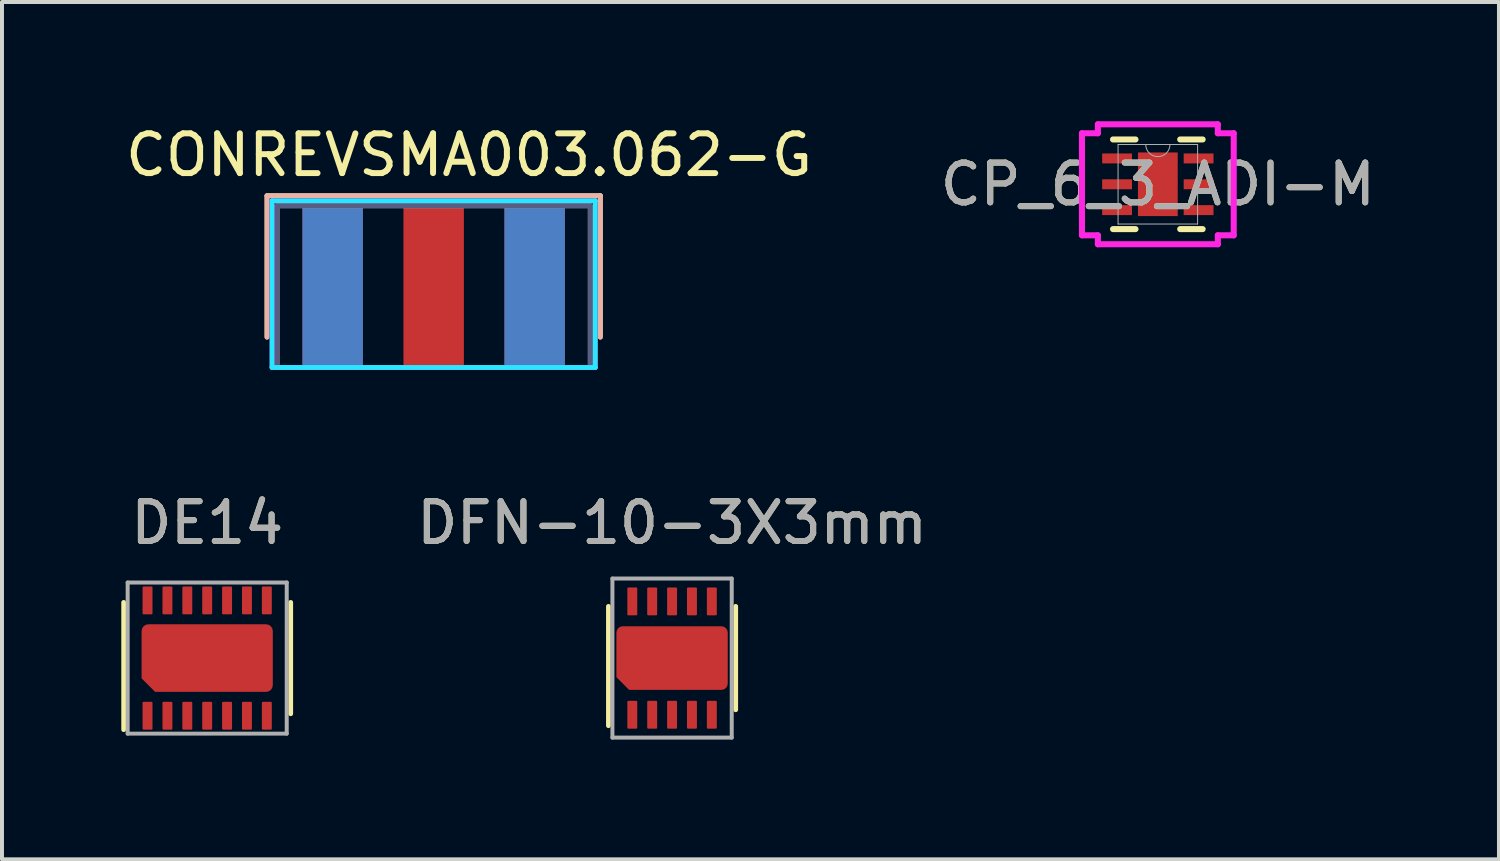
<source format=kicad_pcb>
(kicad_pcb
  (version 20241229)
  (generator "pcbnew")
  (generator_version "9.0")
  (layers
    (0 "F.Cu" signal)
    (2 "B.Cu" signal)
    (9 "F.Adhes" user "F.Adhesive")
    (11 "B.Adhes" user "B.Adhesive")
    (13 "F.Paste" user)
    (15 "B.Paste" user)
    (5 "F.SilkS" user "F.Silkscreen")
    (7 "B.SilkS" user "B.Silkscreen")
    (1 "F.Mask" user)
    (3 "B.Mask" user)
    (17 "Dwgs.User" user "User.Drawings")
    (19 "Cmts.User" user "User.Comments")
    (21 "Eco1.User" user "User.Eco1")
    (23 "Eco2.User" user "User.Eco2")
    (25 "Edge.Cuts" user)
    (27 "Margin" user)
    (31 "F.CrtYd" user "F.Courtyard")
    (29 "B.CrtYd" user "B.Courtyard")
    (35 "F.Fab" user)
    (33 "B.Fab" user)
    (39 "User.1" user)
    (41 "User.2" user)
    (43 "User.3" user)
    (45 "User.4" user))
  (footprint "DE14"
    (layer "F.Cu")
    (at 2.16 13.498)
    (property "Reference" "DE14" (at 0 -3.4 0) (unlocked yes) (layer "F.SilkS") (effects (font (size 1 1) (thickness 0.15))))
    (attr smd)
    (fp_line (start -2.1 1.8) (end -2.1 -1.4) (stroke (width 0.12) (type solid)) (layer "F.SilkS"))
    (fp_line (start 2.1 -1.4) (end 2.1 1.4) (stroke (width 0.12) (type solid)) (layer "F.SilkS"))
    (fp_line (start -2 -1.9) (end -2 1.9) (stroke (width 0.12) (type solid)) (layer "Margin"))
    (fp_line (start -2 1.9) (end 2 1.9) (stroke (width 0.12) (type solid)) (layer "Margin"))
    (fp_line (start 2 -1.9) (end -2 -1.9) (stroke (width 0.12) (type solid)) (layer "Margin"))
    (fp_line (start 2 1.9) (end 2 -1.9) (stroke (width 0.12) (type solid)) (layer "Margin"))
    (fp_line (start -2 -1.9) (end -2 1.9) (stroke (width 0.1) (type solid)) (layer "F.Fab"))
    (fp_line (start -2 1.9) (end 2 1.9) (stroke (width 0.1) (type solid)) (layer "F.Fab"))
    (fp_line (start 2 -1.9) (end -2 -1.9) (stroke (width 0.1) (type solid)) (layer "F.Fab"))
    (fp_line (start 2 1.9) (end 2 -1.9) (stroke (width 0.1) (type solid)) (layer "F.Fab"))
    (fp_text user "${REFERENCE}" (at 0 -3.4 0) (unlocked yes) (layer "F.Fab") (effects (font (size 1 1) (thickness 0.15))))
    (pad "1" smd roundrect (at -1.5 1.45) (size 0.25 0.7) (layers "F.Cu" "F.Mask" "F.Paste") (roundrect_rratio 0.1))
    (pad "2" smd roundrect (at -1 1.45) (size 0.25 0.7) (layers "F.Cu" "F.Mask" "F.Paste") (roundrect_rratio 0.1))
    (pad "3" smd roundrect (at -0.5 1.45) (size 0.25 0.7) (layers "F.Cu" "F.Mask" "F.Paste") (roundrect_rratio 0.1))
    (pad "4" smd roundrect (at 0 1.45) (size 0.25 0.7) (layers "F.Cu" "F.Mask" "F.Paste") (roundrect_rratio 0.1))
    (pad "5" smd roundrect (at 0.5 1.45) (size 0.25 0.7) (layers "F.Cu" "F.Mask" "F.Paste") (roundrect_rratio 0.1))
    (pad "6" smd roundrect (at 1 1.45) (size 0.25 0.7) (layers "F.Cu" "F.Mask" "F.Paste") (roundrect_rratio 0.1))
    (pad "7" smd roundrect (at 1.5 1.45) (size 0.25 0.7) (layers "F.Cu" "F.Mask" "F.Paste") (roundrect_rratio 0.1))
    (pad "8" smd roundrect (at 1.5 -1.45) (size 0.25 0.7) (layers "F.Cu" "F.Mask" "F.Paste") (roundrect_rratio 0.1))
    (pad "9" smd roundrect (at 1 -1.45) (size 0.25 0.7) (layers "F.Cu" "F.Mask" "F.Paste") (roundrect_rratio 0.1))
    (pad "10" smd roundrect (at 0.5 -1.45) (size 0.25 0.7) (layers "F.Cu" "F.Mask" "F.Paste") (roundrect_rratio 0.1))
    (pad "11" smd roundrect (at 0 -1.45) (size 0.25 0.7) (layers "F.Cu" "F.Mask" "F.Paste") (roundrect_rratio 0.1))
    (pad "12" smd roundrect (at -0.5 -1.45) (size 0.25 0.7) (layers "F.Cu" "F.Mask" "F.Paste") (roundrect_rratio 0.1))
    (pad "13" smd roundrect (at -1 -1.45) (size 0.25 0.7) (layers "F.Cu" "F.Mask" "F.Paste") (roundrect_rratio 0.1))
    (pad "14" smd roundrect (at -1.5 -1.45) (size 0.25 0.7) (layers "F.Cu" "F.Mask" "F.Paste") (roundrect_rratio 0.1))
    (pad "15" smd roundrect (at 0 0) (size 3.3 1.7) (layers "F.Cu" "F.Mask" "F.Paste") (roundrect_rratio 0.1) (chamfer_ratio 0.2) (chamfer bottom_left)))
  (footprint "CONREVSMA003.062-G"
    (layer "F.Cu")
    (at 7.855 4.158)
    (property "Reference" "CONREVSMA003.062-G" (at 0.889 -3.31 0) (layer "F.SilkS") (effects (font (size 1 1) (thickness 0.15))))
    (attr through_hole)
    (fp_line (start -4.191 -2.286) (end -4.191 1.27) (stroke (width 0.12) (type solid)) (layer "F.SilkS"))
    (fp_line (start 4.191 -2.286) (end -4.191 -2.286) (stroke (width 0.12) (type solid)) (layer "F.SilkS"))
    (fp_line (start 4.191 1.27) (end 4.191 -2.286) (stroke (width 0.12) (type solid)) (layer "F.SilkS"))
    (fp_line (start -4.191 -2.286) (end -4.191 1.27) (stroke (width 0.12) (type solid)) (layer "B.SilkS"))
    (fp_line (start 4.191 -2.286) (end -4.191 -2.286) (stroke (width 0.12) (type solid)) (layer "B.SilkS"))
    (fp_line (start 4.191 1.27) (end 4.191 -2.286) (stroke (width 0.12) (type solid)) (layer "B.SilkS"))
    (fp_line (start -4.064 -2.159) (end -4.064 2.032) (stroke (width 0.12) (type solid)) (layer "B.CrtYd"))
    (fp_line (start -4.064 2.032) (end 4.064 2.032) (stroke (width 0.12) (type solid)) (layer "B.CrtYd"))
    (fp_line (start 4.064 -2.159) (end -4.064 -2.159) (stroke (width 0.12) (type solid)) (layer "B.CrtYd"))
    (fp_line (start 4.064 2.032) (end 4.064 -2.159) (stroke (width 0.12) (type solid)) (layer "B.CrtYd"))
    (fp_line (start -4.064 -2.159) (end 4.064 -2.159) (stroke (width 0.12) (type solid)) (layer "F.CrtYd"))
    (fp_line (start -4.064 2.032) (end -4.064 -2.159) (stroke (width 0.12) (type solid)) (layer "F.CrtYd"))
    (fp_line (start 4.064 -2.159) (end 4.064 2.032) (stroke (width 0.12) (type solid)) (layer "F.CrtYd"))
    (fp_line (start 4.064 2.032) (end -4.064 2.032) (stroke (width 0.12) (type solid)) (layer "F.CrtYd"))
    (fp_line (start -3.937 -2.032) (end -3.937 2.032) (stroke (width 0.12) (type solid)) (layer "B.Fab"))
    (fp_line (start -3.937 2.032) (end 3.937 2.032) (stroke (width 0.12) (type solid)) (layer "B.Fab"))
    (fp_line (start 3.937 -2.032) (end -3.937 -2.032) (stroke (width 0.12) (type solid)) (layer "B.Fab"))
    (fp_line (start 3.937 2.032) (end 3.937 -2.032) (stroke (width 0.12) (type solid)) (layer "B.Fab"))
    (fp_line (start -3.937 -2.032) (end -3.937 2.032) (stroke (width 0.12) (type solid)) (layer "F.Fab"))
    (fp_line (start -3.937 2.032) (end 3.937 2.032) (stroke (width 0.12) (type solid)) (layer "F.Fab"))
    (fp_line (start 3.937 -2.032) (end -3.937 -2.032) (stroke (width 0.12) (type solid)) (layer "F.Fab"))
    (fp_line (start 3.937 2.032) (end 3.937 -2.032) (stroke (width 0.12) (type solid)) (layer "F.Fab"))
    (pad "1" smd rect (at 0 0) (size 1.52 4.06) (layers "F.Cu" "F.Mask"))
    (pad "2" smd rect (at -2.54 0) (size 1.52 4.06) (layers "F.Cu" "F.Mask"))
    (pad "2" smd rect (at -2.54 0) (size 1.52 4.06) (layers "B.Cu" "B.Mask"))
    (pad "2" smd rect (at 2.54 0) (size 1.52 4.06) (layers "F.Cu" "F.Mask"))
    (pad "2" smd rect (at 2.54 0) (size 1.52 4.06) (layers "B.Cu" "B.Mask")))
  (footprint "CP_6_3_ADI-M"
    (layer "F.Cu")
    (at 26.065 1.584)
    (property "Reference" "CP_6_3_ADI-M" (at 0 0 0) (unlocked yes) (layer "F.SilkS") (effects (font (size 1 1) (thickness 0.15))))
    (attr smd)
    (fp_line (start -1.127 1.127) (end -0.562 1.127) (stroke (width 0.152) (type solid)) (layer "F.SilkS"))
    (fp_line (start -0.562 -1.127) (end -1.127 -1.127) (stroke (width 0.152) (type solid)) (layer "F.SilkS"))
    (fp_line (start 0.562 1.127) (end 1.127 1.127) (stroke (width 0.152) (type solid)) (layer "F.SilkS"))
    (fp_line (start 1.127 -1.127) (end 0.562 -1.127) (stroke (width 0.152) (type solid)) (layer "F.SilkS"))
    (fp_line (start -1.908 -1.283) (end -1.508 -1.283) (stroke (width 0.152) (type solid)) (layer "F.CrtYd"))
    (fp_line (start -1.908 1.283) (end -1.908 -1.283) (stroke (width 0.152) (type solid)) (layer "F.CrtYd"))
    (fp_line (start -1.908 1.283) (end -1.508 1.283) (stroke (width 0.152) (type solid)) (layer "F.CrtYd"))
    (fp_line (start -1.508 -1.508) (end 1.508 -1.508) (stroke (width 0.152) (type solid)) (layer "F.CrtYd"))
    (fp_line (start -1.508 -1.283) (end -1.508 -1.508) (stroke (width 0.152) (type solid)) (layer "F.CrtYd"))
    (fp_line (start -1.508 1.508) (end -1.508 1.283) (stroke (width 0.152) (type solid)) (layer "F.CrtYd"))
    (fp_line (start 1.508 -1.508) (end 1.508 -1.283) (stroke (width 0.152) (type solid)) (layer "F.CrtYd"))
    (fp_line (start 1.508 1.283) (end 1.508 1.508) (stroke (width 0.152) (type solid)) (layer "F.CrtYd"))
    (fp_line (start 1.508 1.508) (end -1.508 1.508) (stroke (width 0.152) (type solid)) (layer "F.CrtYd"))
    (fp_line (start 1.908 -1.283) (end 1.508 -1.283) (stroke (width 0.152) (type solid)) (layer "F.CrtYd"))
    (fp_line (start 1.908 -1.283) (end 1.908 1.283) (stroke (width 0.152) (type solid)) (layer "F.CrtYd"))
    (fp_line (start 1.908 1.283) (end 1.508 1.283) (stroke (width 0.152) (type solid)) (layer "F.CrtYd"))
    (fp_line (start -1 -1) (end -1 1) (stroke (width 0.025) (type solid)) (layer "F.Fab"))
    (fp_line (start -1 1) (end 1 1) (stroke (width 0.025) (type solid)) (layer "F.Fab"))
    (fp_line (start 1 -1) (end -1 -1) (stroke (width 0.025) (type solid)) (layer "F.Fab"))
    (fp_line (start 1 1) (end 1 -1) (stroke (width 0.025) (type solid)) (layer "F.Fab"))
    (fp_arc (start 0.3048 -1) (mid 0 -0.6952) (end -0.3048 -1) (stroke (width 0.0254) (type solid)) (layer "F.Fab"))
    (fp_text user "${REFERENCE}" (at 0 0 0) (unlocked yes) (layer "F.Fab") (effects (font (size 1 1) (thickness 0.15))))
    (pad "1" smd rect (at -1.025 -0.65) (size 0.75 0.25) (layers "F.Cu" "F.Mask" "F.Paste"))
    (pad "2" smd rect (at -1.025 0) (size 0.75 0.25) (layers "F.Cu" "F.Mask" "F.Paste"))
    (pad "3" smd rect (at -1.025 0.65) (size 0.75 0.25) (layers "F.Cu" "F.Mask" "F.Paste"))
    (pad "4" smd rect (at 1.025 0.65) (size 0.75 0.25) (layers "F.Cu" "F.Mask" "F.Paste"))
    (pad "5" smd rect (at 1.025 0) (size 0.75 0.25) (layers "F.Cu" "F.Mask" "F.Paste"))
    (pad "6" smd rect (at 1.025 -0.65) (size 0.75 0.25) (layers "F.Cu" "F.Mask" "F.Paste"))
    (pad "7" smd rect (at 0 0) (size 1 1.6) (layers "F.Cu" "F.Mask" "F.Paste")))
  (footprint "DFN-10-3X3mm"
    (layer "F.Cu")
    (at 13.85 13.498)
    (property "Reference" "DFN-10-3X3mm" (at 0 -3.4 0) (unlocked yes) (layer "F.SilkS") (effects (font (size 1 1) (thickness 0.15))))
    (attr smd)
    (fp_line (start -1.6 1.7) (end -1.6 -1.3) (stroke (width 0.12) (type solid)) (layer "F.SilkS"))
    (fp_line (start 1.6 -1.3) (end 1.6 1.3) (stroke (width 0.12) (type solid)) (layer "F.SilkS"))
    (fp_line (start -1.5 -2) (end -1.5 2) (stroke (width 0.12) (type solid)) (layer "Margin"))
    (fp_line (start -1.5 2) (end 1.5 2) (stroke (width 0.12) (type solid)) (layer "Margin"))
    (fp_line (start 1.5 -2) (end -1.5 -2) (stroke (width 0.12) (type solid)) (layer "Margin"))
    (fp_line (start 1.5 2) (end 1.5 -2) (stroke (width 0.12) (type solid)) (layer "Margin"))
    (fp_line (start -1.5 -2) (end -1.5 2) (stroke (width 0.1) (type solid)) (layer "F.Fab"))
    (fp_line (start -1.5 2) (end 1.5 2) (stroke (width 0.1) (type solid)) (layer "F.Fab"))
    (fp_line (start 1.5 -2) (end -1.5 -2) (stroke (width 0.1) (type solid)) (layer "F.Fab"))
    (fp_line (start 1.5 2) (end 1.5 -2) (stroke (width 0.1) (type solid)) (layer "F.Fab"))
    (fp_text user "${REFERENCE}" (at 0 -3.4 0) (unlocked yes) (layer "F.Fab") (effects (font (size 1 1) (thickness 0.15))))
    (pad "1" smd roundrect (at -1 1.425) (size 0.25 0.7) (layers "F.Cu" "F.Mask" "F.Paste") (roundrect_rratio 0.1))
    (pad "2" smd roundrect (at -0.5 1.425) (size 0.25 0.7) (layers "F.Cu" "F.Mask" "F.Paste") (roundrect_rratio 0.1))
    (pad "3" smd roundrect (at 0 1.425) (size 0.25 0.7) (layers "F.Cu" "F.Mask" "F.Paste") (roundrect_rratio 0.1))
    (pad "4" smd roundrect (at 0.5 1.425) (size 0.25 0.7) (layers "F.Cu" "F.Mask" "F.Paste") (roundrect_rratio 0.1))
    (pad "5" smd roundrect (at 1 1.425) (size 0.25 0.7) (layers "F.Cu" "F.Mask" "F.Paste") (roundrect_rratio 0.1))
    (pad "6" smd roundrect (at 1 -1.425) (size 0.25 0.7) (layers "F.Cu" "F.Mask" "F.Paste") (roundrect_rratio 0.1))
    (pad "7" smd roundrect (at 0.5 -1.425) (size 0.25 0.7) (layers "F.Cu" "F.Mask" "F.Paste") (roundrect_rratio 0.1))
    (pad "8" smd roundrect (at 0 -1.425) (size 0.25 0.7) (layers "F.Cu" "F.Mask" "F.Paste") (roundrect_rratio 0.1))
    (pad "9" smd roundrect (at -0.5 -1.425) (size 0.25 0.7) (layers "F.Cu" "F.Mask" "F.Paste") (roundrect_rratio 0.1))
    (pad "10" smd roundrect (at -1 -1.425) (size 0.25 0.7) (layers "F.Cu" "F.Mask" "F.Paste") (roundrect_rratio 0.1))
    (pad "11" smd roundrect (at 0 0) (size 2.8 1.6) (layers "F.Cu" "F.Mask" "F.Paste") (roundrect_rratio 0.1) (chamfer_ratio 0.2) (chamfer bottom_left)))
  (gr_rect
    (start -3 -3)
    (end 34.643 18.558)
    (stroke (width 0.1) (type default))
    (fill no)
    (layer "Edge.Cuts")))
</source>
